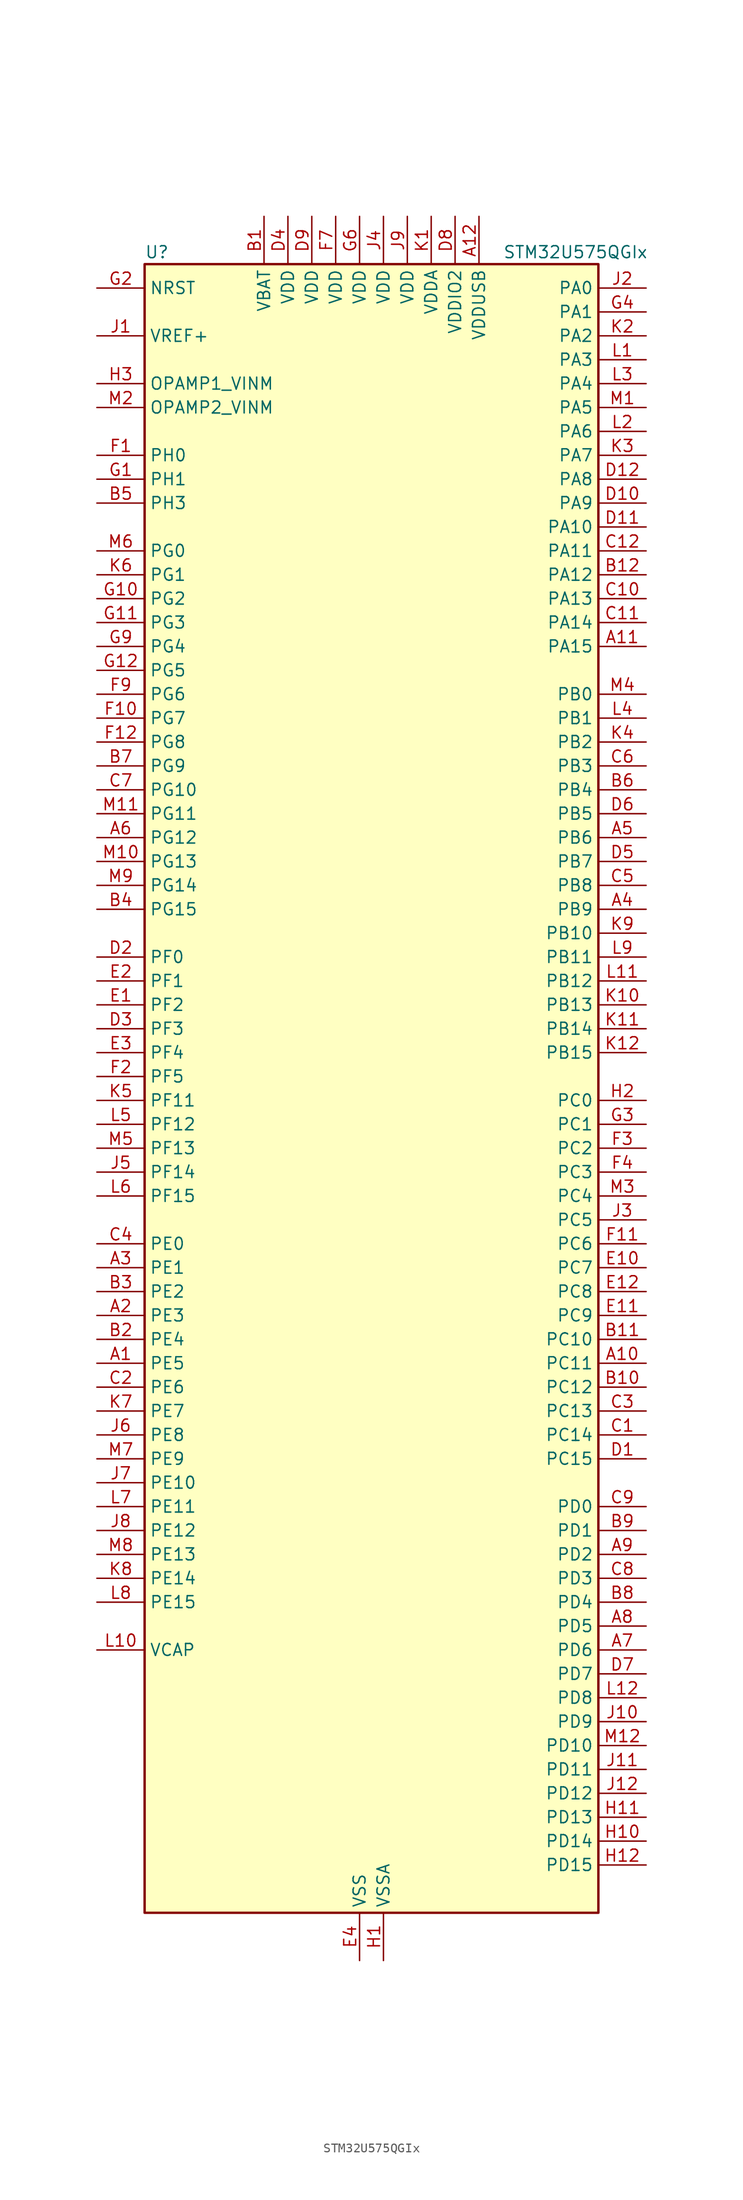
<source format=kicad_sym>
(kicad_symbol_lib
  (version 20211014)
  (generator kicad-library-utils)
  (symbol "STM32U575QGIx"
    (property "Reference" "U"
      (at -22.86 90.17 0)
      (effects (font (size 1.27 1.27)) (justify left)))
    (property "Value" "STM32U575QGIx"
      (at 15.24 90.17 0)
      (effects (font (size 1.27 1.27)) (justify left)))
    (property "ki_fp_filters" "*UFBGA*7x7mm*Layout12x12*P0.5mm*"
      (at 0.0 0.0 0.0)
      (effects (font (size 1.27 1.27))))
    (symbol "STM32U575QGIx_0_1"
      (rectangle (start -22.86 -86.36) (end 25.4 88.9) (stroke (width 0.254)) (fill (type background))))
    (symbol "STM32U575QGIx_1_1"
      (pin input line (at -27.94 86.36 0) (length 5.08) (name "NRST" (effects (font (size 1.27 1.27)))) (number "G2" (effects (font (size 1.27 1.27)))))
      (pin input line (at -27.94 81.28 0) (length 5.08) (name "VREF+" (effects (font (size 1.27 1.27)))) (number "J1" (effects (font (size 1.27 1.27)))) (alternate "VREFBUF_OUT" bidirectional line))
      (pin bidirectional line (at -27.94 76.2 0) (length 5.08) (name "OPAMP1_VINM" (effects (font (size 1.27 1.27)))) (number "H3" (effects (font (size 1.27 1.27)))) (alternate "OPAMP1_VINM" bidirectional line))
      (pin bidirectional line (at -27.94 73.66 0) (length 5.08) (name "OPAMP2_VINM" (effects (font (size 1.27 1.27)))) (number "M2" (effects (font (size 1.27 1.27)))) (alternate "OPAMP2_VINM" bidirectional line))
      (pin bidirectional line (at -27.94 68.58 0) (length 5.08) (name "PH0" (effects (font (size 1.27 1.27)))) (number "F1" (effects (font (size 1.27 1.27)))) (alternate "RCC_OSC_IN" bidirectional line))
      (pin bidirectional line (at -27.94 66.04 0) (length 5.08) (name "PH1" (effects (font (size 1.27 1.27)))) (number "G1" (effects (font (size 1.27 1.27)))) (alternate "RCC_OSC_OUT" bidirectional line))
      (pin bidirectional line (at -27.94 63.5 0) (length 5.08) (name "PH3" (effects (font (size 1.27 1.27)))) (number "B5" (effects (font (size 1.27 1.27)))))
      (pin bidirectional line (at -27.94 58.42 0) (length 5.08) (name "PG0" (effects (font (size 1.27 1.27)))) (number "M6" (effects (font (size 1.27 1.27)))) (alternate "ADC4_IN7" bidirectional line) (alternate "FMC_A10" bidirectional line) (alternate "OCTOSPIM_P2_IO4" bidirectional line) (alternate "TSC_G8_IO3" bidirectional line))
      (pin bidirectional line (at -27.94 55.88 0) (length 5.08) (name "PG1" (effects (font (size 1.27 1.27)))) (number "K6" (effects (font (size 1.27 1.27)))) (alternate "ADC4_IN8" bidirectional line) (alternate "FMC_A11" bidirectional line) (alternate "OCTOSPIM_P2_IO5" bidirectional line) (alternate "TSC_G8_IO4" bidirectional line))
      (pin bidirectional line (at -27.94 53.34 0) (length 5.08) (name "PG2" (effects (font (size 1.27 1.27)))) (number "G10" (effects (font (size 1.27 1.27)))) (alternate "FMC_A12" bidirectional line) (alternate "SAI2_SCK_B" bidirectional line) (alternate "SPI1_SCK" bidirectional line))
      (pin bidirectional line (at -27.94 50.8 0) (length 5.08) (name "PG3" (effects (font (size 1.27 1.27)))) (number "G11" (effects (font (size 1.27 1.27)))) (alternate "FMC_A13" bidirectional line) (alternate "SAI2_FS_B" bidirectional line) (alternate "SPI1_MISO" bidirectional line))
      (pin bidirectional line (at -27.94 48.26 0) (length 5.08) (name "PG4" (effects (font (size 1.27 1.27)))) (number "G9" (effects (font (size 1.27 1.27)))) (alternate "FMC_A14" bidirectional line) (alternate "SAI2_MCLK_B" bidirectional line) (alternate "SPI1_MOSI" bidirectional line))
      (pin bidirectional line (at -27.94 45.72 0) (length 5.08) (name "PG5" (effects (font (size 1.27 1.27)))) (number "G12" (effects (font (size 1.27 1.27)))) (alternate "FMC_A15" bidirectional line) (alternate "LPUART1_CTS" bidirectional line) (alternate "SAI2_SD_B" bidirectional line) (alternate "SPI1_NSS" bidirectional line))
      (pin bidirectional line (at -27.94 43.18 0) (length 5.08) (name "PG6" (effects (font (size 1.27 1.27)))) (number "F9" (effects (font (size 1.27 1.27)))) (alternate "I2C3_SMBA" bidirectional line) (alternate "LPUART1_DE" bidirectional line) (alternate "LPUART1_RTS" bidirectional line) (alternate "OCTOSPIM_P1_DQS" bidirectional line) (alternate "SPI1_RDY" bidirectional line) (alternate "UCPD1_FRSTX1" bidirectional line))
      (pin bidirectional line (at -27.94 40.64 0) (length 5.08) (name "PG7" (effects (font (size 1.27 1.27)))) (number "F10" (effects (font (size 1.27 1.27)))) (alternate "FMC_INT" bidirectional line) (alternate "I2C3_SCL" bidirectional line) (alternate "LPUART1_TX" bidirectional line) (alternate "MDF1_CCK0" bidirectional line) (alternate "OCTOSPIM_P2_DQS" bidirectional line) (alternate "SAI1_CK1" bidirectional line) (alternate "SAI1_MCLK_A" bidirectional line) (alternate "UCPD1_FRSTX2" bidirectional line))
      (pin bidirectional line (at -27.94 38.1 0) (length 5.08) (name "PG8" (effects (font (size 1.27 1.27)))) (number "F12" (effects (font (size 1.27 1.27)))) (alternate "I2C3_SDA" bidirectional line) (alternate "LPUART1_RX" bidirectional line))
      (pin bidirectional line (at -27.94 35.56 0) (length 5.08) (name "PG9" (effects (font (size 1.27 1.27)))) (number "B7" (effects (font (size 1.27 1.27)))) (alternate "DAC1_EXTI9" bidirectional line) (alternate "FMC_NCE" bidirectional line) (alternate "FMC_NE2" bidirectional line) (alternate "OCTOSPIM_P2_IO6" bidirectional line) (alternate "SAI2_SCK_A" bidirectional line) (alternate "SPI3_SCK" bidirectional line) (alternate "TIM15_CH1N" bidirectional line) (alternate "USART1_TX" bidirectional line))
      (pin bidirectional line (at -27.94 33.02 0) (length 5.08) (name "PG10" (effects (font (size 1.27 1.27)))) (number "C7" (effects (font (size 1.27 1.27)))) (alternate "FMC_NE3" bidirectional line) (alternate "LPTIM1_IN1" bidirectional line) (alternate "OCTOSPIM_P2_IO7" bidirectional line) (alternate "SAI2_FS_A" bidirectional line) (alternate "SPI3_MISO" bidirectional line) (alternate "TIM15_CH1" bidirectional line) (alternate "USART1_RX" bidirectional line))
      (pin bidirectional line (at -27.94 30.48 0) (length 5.08) (name "PG11" (effects (font (size 1.27 1.27)))) (number "M11" (effects (font (size 1.27 1.27)))) (alternate "ADC1_EXTI11" bidirectional line) (alternate "LPTIM1_IN2" bidirectional line) (alternate "OCTOSPIM_P1_IO5" bidirectional line) (alternate "SAI2_MCLK_A" bidirectional line) (alternate "SPI3_MOSI" bidirectional line) (alternate "TIM15_CH2" bidirectional line) (alternate "USART1_CTS" bidirectional line))
      (pin bidirectional line (at -27.94 27.94 0) (length 5.08) (name "PG12" (effects (font (size 1.27 1.27)))) (number "A6" (effects (font (size 1.27 1.27)))) (alternate "FMC_NE4" bidirectional line) (alternate "LPTIM1_ETR" bidirectional line) (alternate "OCTOSPIM_P2_NCS" bidirectional line) (alternate "SAI2_SD_A" bidirectional line) (alternate "SPI3_NSS" bidirectional line) (alternate "USART1_DE" bidirectional line) (alternate "USART1_RTS" bidirectional line))
      (pin bidirectional line (at -27.94 25.4 0) (length 5.08) (name "PG13" (effects (font (size 1.27 1.27)))) (number "M10" (effects (font (size 1.27 1.27)))) (alternate "FMC_A24" bidirectional line) (alternate "I2C1_SDA" bidirectional line) (alternate "SPI3_RDY" bidirectional line) (alternate "USART1_CK" bidirectional line))
      (pin bidirectional line (at -27.94 22.86 0) (length 5.08) (name "PG14" (effects (font (size 1.27 1.27)))) (number "M9" (effects (font (size 1.27 1.27)))) (alternate "FMC_A25" bidirectional line) (alternate "I2C1_SCL" bidirectional line) (alternate "LPTIM1_CH2" bidirectional line))
      (pin bidirectional line (at -27.94 20.32 0) (length 5.08) (name "PG15" (effects (font (size 1.27 1.27)))) (number "B4" (effects (font (size 1.27 1.27)))) (alternate "ADC1_EXTI15" bidirectional line) (alternate "ADC4_EXTI15" bidirectional line) (alternate "DCMI_D13" bidirectional line) (alternate "I2C1_SMBA" bidirectional line) (alternate "LPTIM1_CH1" bidirectional line) (alternate "OCTOSPIM_P2_DQS" bidirectional line) (alternate "PSSI_D13" bidirectional line))
      (pin bidirectional line (at -27.94 15.24 0) (length 5.08) (name "PF0" (effects (font (size 1.27 1.27)))) (number "D2" (effects (font (size 1.27 1.27)))) (alternate "FMC_A0" bidirectional line) (alternate "I2C2_SDA" bidirectional line) (alternate "OCTOSPIM_P2_IO0" bidirectional line))
      (pin bidirectional line (at -27.94 12.7 0) (length 5.08) (name "PF1" (effects (font (size 1.27 1.27)))) (number "E2" (effects (font (size 1.27 1.27)))) (alternate "FMC_A1" bidirectional line) (alternate "I2C2_SCL" bidirectional line) (alternate "OCTOSPIM_P2_IO1" bidirectional line))
      (pin bidirectional line (at -27.94 10.16 0) (length 5.08) (name "PF2" (effects (font (size 1.27 1.27)))) (number "E1" (effects (font (size 1.27 1.27)))) (alternate "FMC_A2" bidirectional line) (alternate "I2C2_SMBA" bidirectional line) (alternate "LPTIM3_CH2" bidirectional line) (alternate "OCTOSPIM_P2_IO2" bidirectional line) (alternate "PWR_WKUP8" bidirectional line))
      (pin bidirectional line (at -27.94 7.62 0) (length 5.08) (name "PF3" (effects (font (size 1.27 1.27)))) (number "D3" (effects (font (size 1.27 1.27)))) (alternate "FMC_A3" bidirectional line) (alternate "LPTIM3_IN1" bidirectional line) (alternate "OCTOSPIM_P2_IO3" bidirectional line))
      (pin bidirectional line (at -27.94 5.08 0) (length 5.08) (name "PF4" (effects (font (size 1.27 1.27)))) (number "E3" (effects (font (size 1.27 1.27)))) (alternate "FMC_A4" bidirectional line) (alternate "LPTIM3_ETR" bidirectional line) (alternate "OCTOSPIM_P2_CLK" bidirectional line))
      (pin bidirectional line (at -27.94 2.54 0) (length 5.08) (name "PF5" (effects (font (size 1.27 1.27)))) (number "F2" (effects (font (size 1.27 1.27)))) (alternate "FMC_A5" bidirectional line) (alternate "LPTIM3_CH1" bidirectional line) (alternate "OCTOSPIM_P2_NCLK" bidirectional line))
      (pin bidirectional line (at -27.94 0.0 0) (length 5.08) (name "PF11" (effects (font (size 1.27 1.27)))) (number "K5" (effects (font (size 1.27 1.27)))) (alternate "ADC1_EXTI11" bidirectional line) (alternate "DCMI_D12" bidirectional line) (alternate "LPTIM4_IN1" bidirectional line) (alternate "OCTOSPIM_P1_NCLK" bidirectional line) (alternate "PSSI_D12" bidirectional line))
      (pin bidirectional line (at -27.94 -2.54 0) (length 5.08) (name "PF12" (effects (font (size 1.27 1.27)))) (number "L5" (effects (font (size 1.27 1.27)))) (alternate "FMC_A6" bidirectional line) (alternate "LPTIM4_ETR" bidirectional line) (alternate "OCTOSPIM_P2_DQS" bidirectional line))
      (pin bidirectional line (at -27.94 -5.08 0) (length 5.08) (name "PF13" (effects (font (size 1.27 1.27)))) (number "M5" (effects (font (size 1.27 1.27)))) (alternate "FMC_A7" bidirectional line) (alternate "I2C4_SMBA" bidirectional line) (alternate "LPTIM4_OUT" bidirectional line) (alternate "UCPD1_FRSTX2" bidirectional line))
      (pin bidirectional line (at -27.94 -7.62 0) (length 5.08) (name "PF14" (effects (font (size 1.27 1.27)))) (number "J5" (effects (font (size 1.27 1.27)))) (alternate "ADC4_IN5" bidirectional line) (alternate "FMC_A8" bidirectional line) (alternate "I2C4_SCL" bidirectional line) (alternate "TSC_G8_IO1" bidirectional line))
      (pin bidirectional line (at -27.94 -10.16 0) (length 5.08) (name "PF15" (effects (font (size 1.27 1.27)))) (number "L6" (effects (font (size 1.27 1.27)))) (alternate "ADC1_EXTI15" bidirectional line) (alternate "ADC4_EXTI15" bidirectional line) (alternate "ADC4_IN6" bidirectional line) (alternate "FMC_A9" bidirectional line) (alternate "I2C4_SDA" bidirectional line) (alternate "TSC_G8_IO2" bidirectional line))
      (pin bidirectional line (at -27.94 -15.24 0) (length 5.08) (name "PE0" (effects (font (size 1.27 1.27)))) (number "C4" (effects (font (size 1.27 1.27)))) (alternate "DCMI_D2" bidirectional line) (alternate "FMC_NBL0" bidirectional line) (alternate "PSSI_D2" bidirectional line) (alternate "TIM16_CH1" bidirectional line) (alternate "TIM4_ETR" bidirectional line))
      (pin bidirectional line (at -27.94 -17.78 0) (length 5.08) (name "PE1" (effects (font (size 1.27 1.27)))) (number "A3" (effects (font (size 1.27 1.27)))) (alternate "DCMI_D3" bidirectional line) (alternate "FMC_NBL1" bidirectional line) (alternate "PSSI_D3" bidirectional line) (alternate "TIM17_CH1" bidirectional line))
      (pin bidirectional line (at -27.94 -20.32 0) (length 5.08) (name "PE2" (effects (font (size 1.27 1.27)))) (number "B3" (effects (font (size 1.27 1.27)))) (alternate "DEBUG_TRACECLK" bidirectional line) (alternate "FMC_A23" bidirectional line) (alternate "SAI1_CK1" bidirectional line) (alternate "SAI1_MCLK_A" bidirectional line) (alternate "TIM3_ETR" bidirectional line) (alternate "TSC_G7_IO1" bidirectional line))
      (pin bidirectional line (at -27.94 -22.86 0) (length 5.08) (name "PE3" (effects (font (size 1.27 1.27)))) (number "A2" (effects (font (size 1.27 1.27)))) (alternate "DEBUG_TRACED0" bidirectional line) (alternate "FMC_A19" bidirectional line) (alternate "OCTOSPIM_P1_DQS" bidirectional line) (alternate "SAI1_SD_B" bidirectional line) (alternate "TAMP_IN6" bidirectional line) (alternate "TAMP_OUT3" bidirectional line) (alternate "TIM3_CH1" bidirectional line) (alternate "TSC_G7_IO2" bidirectional line))
      (pin bidirectional line (at -27.94 -25.4 0) (length 5.08) (name "PE4" (effects (font (size 1.27 1.27)))) (number "B2" (effects (font (size 1.27 1.27)))) (alternate "DCMI_D4" bidirectional line) (alternate "DEBUG_TRACED1" bidirectional line) (alternate "FMC_A20" bidirectional line) (alternate "MDF1_SDI3" bidirectional line) (alternate "PSSI_D4" bidirectional line) (alternate "PWR_WKUP1" bidirectional line) (alternate "SAI1_D2" bidirectional line) (alternate "SAI1_FS_A" bidirectional line) (alternate "TAMP_IN7" bidirectional line) (alternate "TAMP_OUT8" bidirectional line) (alternate "TIM3_CH2" bidirectional line) (alternate "TSC_G7_IO3" bidirectional line))
      (pin bidirectional line (at -27.94 -27.94 0) (length 5.08) (name "PE5" (effects (font (size 1.27 1.27)))) (number "A1" (effects (font (size 1.27 1.27)))) (alternate "DCMI_D6" bidirectional line) (alternate "DEBUG_TRACED2" bidirectional line) (alternate "FMC_A21" bidirectional line) (alternate "MDF1_CKI3" bidirectional line) (alternate "PSSI_D6" bidirectional line) (alternate "PWR_WKUP2" bidirectional line) (alternate "SAI1_CK2" bidirectional line) (alternate "SAI1_SCK_A" bidirectional line) (alternate "TAMP_IN8" bidirectional line) (alternate "TAMP_OUT7" bidirectional line) (alternate "TIM3_CH3" bidirectional line) (alternate "TSC_G7_IO4" bidirectional line))
      (pin bidirectional line (at -27.94 -30.48 0) (length 5.08) (name "PE6" (effects (font (size 1.27 1.27)))) (number "C2" (effects (font (size 1.27 1.27)))) (alternate "DCMI_D7" bidirectional line) (alternate "DEBUG_TRACED3" bidirectional line) (alternate "FMC_A22" bidirectional line) (alternate "PSSI_D7" bidirectional line) (alternate "PWR_WKUP3" bidirectional line) (alternate "SAI1_D1" bidirectional line) (alternate "SAI1_SD_A" bidirectional line) (alternate "TAMP_IN3" bidirectional line) (alternate "TAMP_OUT6" bidirectional line) (alternate "TIM3_CH4" bidirectional line))
      (pin bidirectional line (at -27.94 -33.02 0) (length 5.08) (name "PE7" (effects (font (size 1.27 1.27)))) (number "K7" (effects (font (size 1.27 1.27)))) (alternate "FMC_D4" bidirectional line) (alternate "FMC_DA4" bidirectional line) (alternate "MDF1_SDI2" bidirectional line) (alternate "PWR_WKUP6" bidirectional line) (alternate "SAI1_SD_B" bidirectional line) (alternate "TIM1_ETR" bidirectional line))
      (pin bidirectional line (at -27.94 -35.56 0) (length 5.08) (name "PE8" (effects (font (size 1.27 1.27)))) (number "J6" (effects (font (size 1.27 1.27)))) (alternate "FMC_D5" bidirectional line) (alternate "FMC_DA5" bidirectional line) (alternate "MDF1_CKI2" bidirectional line) (alternate "PWR_WKUP7" bidirectional line) (alternate "SAI1_SCK_B" bidirectional line) (alternate "TIM1_CH1N" bidirectional line))
      (pin bidirectional line (at -27.94 -38.1 0) (length 5.08) (name "PE9" (effects (font (size 1.27 1.27)))) (number "M7" (effects (font (size 1.27 1.27)))) (alternate "ADF1_CCK0" bidirectional line) (alternate "DAC1_EXTI9" bidirectional line) (alternate "FMC_D6" bidirectional line) (alternate "FMC_DA6" bidirectional line) (alternate "MDF1_CCK0" bidirectional line) (alternate "OCTOSPIM_P1_NCLK" bidirectional line) (alternate "SAI1_FS_B" bidirectional line) (alternate "TIM1_CH1" bidirectional line))
      (pin bidirectional line (at -27.94 -40.64 0) (length 5.08) (name "PE10" (effects (font (size 1.27 1.27)))) (number "J7" (effects (font (size 1.27 1.27)))) (alternate "ADF1_SDI0" bidirectional line) (alternate "FMC_D7" bidirectional line) (alternate "FMC_DA7" bidirectional line) (alternate "MDF1_SDI4" bidirectional line) (alternate "OCTOSPIM_P1_CLK" bidirectional line) (alternate "SAI1_MCLK_B" bidirectional line) (alternate "TIM1_CH2N" bidirectional line) (alternate "TSC_G5_IO1" bidirectional line))
      (pin bidirectional line (at -27.94 -43.18 0) (length 5.08) (name "PE11" (effects (font (size 1.27 1.27)))) (number "L7" (effects (font (size 1.27 1.27)))) (alternate "ADC1_EXTI11" bidirectional line) (alternate "FMC_D8" bidirectional line) (alternate "FMC_DA8" bidirectional line) (alternate "MDF1_CKI4" bidirectional line) (alternate "OCTOSPIM_P1_NCS" bidirectional line) (alternate "SPI1_RDY" bidirectional line) (alternate "TIM1_CH2" bidirectional line) (alternate "TSC_G5_IO2" bidirectional line))
      (pin bidirectional line (at -27.94 -45.72 0) (length 5.08) (name "PE12" (effects (font (size 1.27 1.27)))) (number "J8" (effects (font (size 1.27 1.27)))) (alternate "FMC_D9" bidirectional line) (alternate "FMC_DA9" bidirectional line) (alternate "MDF1_SDI5" bidirectional line) (alternate "OCTOSPIM_P1_IO0" bidirectional line) (alternate "SPI1_NSS" bidirectional line) (alternate "TIM1_CH3N" bidirectional line) (alternate "TSC_G5_IO3" bidirectional line))
      (pin bidirectional line (at -27.94 -48.26 0) (length 5.08) (name "PE13" (effects (font (size 1.27 1.27)))) (number "M8" (effects (font (size 1.27 1.27)))) (alternate "FMC_D10" bidirectional line) (alternate "FMC_DA10" bidirectional line) (alternate "MDF1_CKI5" bidirectional line) (alternate "OCTOSPIM_P1_IO1" bidirectional line) (alternate "SPI1_SCK" bidirectional line) (alternate "TIM1_CH3" bidirectional line) (alternate "TSC_G5_IO4" bidirectional line))
      (pin bidirectional line (at -27.94 -50.8 0) (length 5.08) (name "PE14" (effects (font (size 1.27 1.27)))) (number "K8" (effects (font (size 1.27 1.27)))) (alternate "FMC_D11" bidirectional line) (alternate "FMC_DA11" bidirectional line) (alternate "OCTOSPIM_P1_IO2" bidirectional line) (alternate "SPI1_MISO" bidirectional line) (alternate "TIM1_BKIN2" bidirectional line) (alternate "TIM1_CH4" bidirectional line))
      (pin bidirectional line (at -27.94 -53.34 0) (length 5.08) (name "PE15" (effects (font (size 1.27 1.27)))) (number "L8" (effects (font (size 1.27 1.27)))) (alternate "ADC1_EXTI15" bidirectional line) (alternate "ADC4_EXTI15" bidirectional line) (alternate "FMC_D12" bidirectional line) (alternate "FMC_DA12" bidirectional line) (alternate "OCTOSPIM_P1_IO3" bidirectional line) (alternate "SPI1_MOSI" bidirectional line) (alternate "TIM1_BKIN" bidirectional line) (alternate "TIM1_CH4N" bidirectional line))
      (pin power_out line (at -27.94 -58.42 0) (length 5.08) (name "VCAP" (effects (font (size 1.27 1.27)))) (number "L10" (effects (font (size 1.27 1.27)))))
      (pin bidirectional line (at 30.48 86.36 180) (length 5.08) (name "PA0" (effects (font (size 1.27 1.27)))) (number "J2" (effects (font (size 1.27 1.27)))) (alternate "ADC1_IN5" bidirectional line) (alternate "AUDIOCLK" bidirectional line) (alternate "OCTOSPIM_P2_NCS" bidirectional line) (alternate "OPAMP1_VINP" bidirectional line) (alternate "PWR_WKUP1" bidirectional line) (alternate "SDMMC2_CMD" bidirectional line) (alternate "SPI3_RDY" bidirectional line) (alternate "TAMP_IN2" bidirectional line) (alternate "TAMP_OUT1" bidirectional line) (alternate "TIM2_CH1" bidirectional line) (alternate "TIM2_ETR" bidirectional line) (alternate "TIM5_CH1" bidirectional line) (alternate "TIM8_ETR" bidirectional line) (alternate "UART4_TX" bidirectional line) (alternate "USART2_CTS" bidirectional line))
      (pin bidirectional line (at 30.48 83.82 180) (length 5.08) (name "PA1" (effects (font (size 1.27 1.27)))) (number "G4" (effects (font (size 1.27 1.27)))) (alternate "ADC1_IN6" bidirectional line) (alternate "I2C1_SMBA" bidirectional line) (alternate "LPTIM1_CH2" bidirectional line) (alternate "OCTOSPIM_P1_DQS" bidirectional line) (alternate "OPAMP1_VINM" bidirectional line) (alternate "PWR_WKUP3" bidirectional line) (alternate "SPI1_SCK" bidirectional line) (alternate "TAMP_IN5" bidirectional line) (alternate "TAMP_OUT4" bidirectional line) (alternate "TIM15_CH1N" bidirectional line) (alternate "TIM2_CH2" bidirectional line) (alternate "TIM5_CH2" bidirectional line) (alternate "UART4_RX" bidirectional line) (alternate "USART2_DE" bidirectional line) (alternate "USART2_RTS" bidirectional line))
      (pin bidirectional line (at 30.48 81.28 180) (length 5.08) (name "PA2" (effects (font (size 1.27 1.27)))) (number "K2" (effects (font (size 1.27 1.27)))) (alternate "ADC1_IN7" bidirectional line) (alternate "COMP1_INP" bidirectional line) (alternate "LPUART1_TX" bidirectional line) (alternate "OCTOSPIM_P1_NCS" bidirectional line) (alternate "PWR_WKUP4" bidirectional line) (alternate "RCC_LSCO" bidirectional line) (alternate "SPI1_RDY" bidirectional line) (alternate "TIM15_CH1" bidirectional line) (alternate "TIM2_CH3" bidirectional line) (alternate "TIM5_CH3" bidirectional line) (alternate "UCPD1_FRSTX1" bidirectional line) (alternate "USART2_TX" bidirectional line))
      (pin bidirectional line (at 30.48 78.74 180) (length 5.08) (name "PA3" (effects (font (size 1.27 1.27)))) (number "L1" (effects (font (size 1.27 1.27)))) (alternate "ADC1_IN8" bidirectional line) (alternate "LPUART1_RX" bidirectional line) (alternate "OCTOSPIM_P1_CLK" bidirectional line) (alternate "OPAMP1_VOUT" bidirectional line) (alternate "PWR_WKUP5" bidirectional line) (alternate "SAI1_CK1" bidirectional line) (alternate "SAI1_MCLK_A" bidirectional line) (alternate "TIM15_CH2" bidirectional line) (alternate "TIM2_CH4" bidirectional line) (alternate "TIM5_CH4" bidirectional line) (alternate "USART2_RX" bidirectional line))
      (pin bidirectional line (at 30.48 76.2 180) (length 5.08) (name "PA4" (effects (font (size 1.27 1.27)))) (number "L3" (effects (font (size 1.27 1.27)))) (alternate "ADC1_IN9" bidirectional line) (alternate "ADC4_IN9" bidirectional line) (alternate "DAC1_OUT1" bidirectional line) (alternate "DCMI_HSYNC" bidirectional line) (alternate "LPTIM2_CH1" bidirectional line) (alternate "OCTOSPIM_P1_NCS" bidirectional line) (alternate "PSSI_DE" bidirectional line) (alternate "PWR_WKUP2" bidirectional line) (alternate "SAI1_FS_B" bidirectional line) (alternate "SPI1_NSS" bidirectional line) (alternate "SPI3_NSS" bidirectional line) (alternate "USART2_CK" bidirectional line))
      (pin bidirectional line (at 30.48 73.66 180) (length 5.08) (name "PA5" (effects (font (size 1.27 1.27)))) (number "M1" (effects (font (size 1.27 1.27)))) (alternate "ADC1_IN10" bidirectional line) (alternate "ADC4_IN10" bidirectional line) (alternate "DAC1_OUT2" bidirectional line) (alternate "LPTIM2_ETR" bidirectional line) (alternate "PSSI_D14" bidirectional line) (alternate "PWR_CSLEEP" bidirectional line) (alternate "PWR_WKUP6" bidirectional line) (alternate "SPI1_SCK" bidirectional line) (alternate "TIM2_CH1" bidirectional line) (alternate "TIM2_ETR" bidirectional line) (alternate "TIM8_CH1N" bidirectional line) (alternate "USART3_RX" bidirectional line))
      (pin bidirectional line (at 30.48 71.12 180) (length 5.08) (name "PA6" (effects (font (size 1.27 1.27)))) (number "L2" (effects (font (size 1.27 1.27)))) (alternate "ADC1_IN11" bidirectional line) (alternate "ADC4_IN11" bidirectional line) (alternate "DCMI_PIXCLK" bidirectional line) (alternate "LPUART1_CTS" bidirectional line) (alternate "OCTOSPIM_P1_IO3" bidirectional line) (alternate "OPAMP2_VINP" bidirectional line) (alternate "PSSI_PDCK" bidirectional line) (alternate "PWR_CDSTOP" bidirectional line) (alternate "PWR_WKUP7" bidirectional line) (alternate "SPI1_MISO" bidirectional line) (alternate "TIM16_CH1" bidirectional line) (alternate "TIM1_BKIN" bidirectional line) (alternate "TIM3_CH1" bidirectional line) (alternate "TIM8_BKIN" bidirectional line) (alternate "USART3_CTS" bidirectional line))
      (pin bidirectional line (at 30.48 68.58 180) (length 5.08) (name "PA7" (effects (font (size 1.27 1.27)))) (number "K3" (effects (font (size 1.27 1.27)))) (alternate "ADC1_IN12" bidirectional line) (alternate "ADC4_IN20" bidirectional line) (alternate "I2C3_SCL" bidirectional line) (alternate "LPTIM2_CH2" bidirectional line) (alternate "OCTOSPIM_P1_IO2" bidirectional line) (alternate "OPAMP2_VINM" bidirectional line) (alternate "PWR_SRDSTOP" bidirectional line) (alternate "PWR_WKUP8" bidirectional line) (alternate "SPI1_MOSI" bidirectional line) (alternate "TIM17_CH1" bidirectional line) (alternate "TIM1_CH1N" bidirectional line) (alternate "TIM3_CH2" bidirectional line) (alternate "TIM8_CH1N" bidirectional line) (alternate "USART3_TX" bidirectional line))
      (pin bidirectional line (at 30.48 66.04 180) (length 5.08) (name "PA8" (effects (font (size 1.27 1.27)))) (number "D12" (effects (font (size 1.27 1.27)))) (alternate "DEBUG_TRACECLK" bidirectional line) (alternate "LPTIM2_CH1" bidirectional line) (alternate "RCC_MCO" bidirectional line) (alternate "SAI1_CK2" bidirectional line) (alternate "SAI1_SCK_A" bidirectional line) (alternate "SPI1_RDY" bidirectional line) (alternate "TIM1_CH1" bidirectional line) (alternate "USART1_CK" bidirectional line) (alternate "USB_OTG_FS_SOF" bidirectional line))
      (pin bidirectional line (at 30.48 63.5 180) (length 5.08) (name "PA9" (effects (font (size 1.27 1.27)))) (number "D10" (effects (font (size 1.27 1.27)))) (alternate "DAC1_EXTI9" bidirectional line) (alternate "DCMI_D0" bidirectional line) (alternate "PSSI_D0" bidirectional line) (alternate "SAI1_FS_A" bidirectional line) (alternate "SPI2_SCK" bidirectional line) (alternate "TIM15_BKIN" bidirectional line) (alternate "TIM1_CH2" bidirectional line) (alternate "USART1_TX" bidirectional line) (alternate "USB_OTG_FS_VBUS" bidirectional line))
      (pin bidirectional line (at 30.48 60.96 180) (length 5.08) (name "PA10" (effects (font (size 1.27 1.27)))) (number "D11" (effects (font (size 1.27 1.27)))) (alternate "CRS_SYNC" bidirectional line) (alternate "DCMI_D1" bidirectional line) (alternate "LPTIM2_IN2" bidirectional line) (alternate "PSSI_D1" bidirectional line) (alternate "SAI1_D1" bidirectional line) (alternate "SAI1_SD_A" bidirectional line) (alternate "TIM17_BKIN" bidirectional line) (alternate "TIM1_CH3" bidirectional line) (alternate "USART1_RX" bidirectional line) (alternate "USB_OTG_FS_ID" bidirectional line))
      (pin bidirectional line (at 30.48 58.42 180) (length 5.08) (name "PA11" (effects (font (size 1.27 1.27)))) (number "C12" (effects (font (size 1.27 1.27)))) (alternate "ADC1_EXTI11" bidirectional line) (alternate "FDCAN1_RX" bidirectional line) (alternate "SPI1_MISO" bidirectional line) (alternate "TIM1_BKIN2" bidirectional line) (alternate "TIM1_CH4" bidirectional line) (alternate "USART1_CTS" bidirectional line) (alternate "USB_OTG_FS_DM" bidirectional line))
      (pin bidirectional line (at 30.48 55.88 180) (length 5.08) (name "PA12" (effects (font (size 1.27 1.27)))) (number "B12" (effects (font (size 1.27 1.27)))) (alternate "FDCAN1_TX" bidirectional line) (alternate "OCTOSPIM_P2_NCS" bidirectional line) (alternate "SPI1_MOSI" bidirectional line) (alternate "TIM1_ETR" bidirectional line) (alternate "USART1_DE" bidirectional line) (alternate "USART1_RTS" bidirectional line) (alternate "USB_OTG_FS_DP" bidirectional line))
      (pin bidirectional line (at 30.48 53.34 180) (length 5.08) (name "PA13" (effects (font (size 1.27 1.27)))) (number "C10" (effects (font (size 1.27 1.27)))) (alternate "DEBUG_JTMS-SWDIO" bidirectional line) (alternate "IR_OUT" bidirectional line) (alternate "SAI1_SD_B" bidirectional line) (alternate "USB_OTG_FS_NOE" bidirectional line))
      (pin bidirectional line (at 30.48 50.8 180) (length 5.08) (name "PA14" (effects (font (size 1.27 1.27)))) (number "C11" (effects (font (size 1.27 1.27)))) (alternate "DEBUG_JTCK-SWCLK" bidirectional line) (alternate "I2C1_SMBA" bidirectional line) (alternate "I2C4_SMBA" bidirectional line) (alternate "LPTIM1_CH1" bidirectional line) (alternate "SAI1_FS_B" bidirectional line) (alternate "USB_OTG_FS_SOF" bidirectional line))
      (pin bidirectional line (at 30.48 48.26 180) (length 5.08) (name "PA15" (effects (font (size 1.27 1.27)))) (number "A11" (effects (font (size 1.27 1.27)))) (alternate "ADC1_EXTI15" bidirectional line) (alternate "ADC4_EXTI15" bidirectional line) (alternate "DEBUG_JTDI" bidirectional line) (alternate "SAI2_FS_B" bidirectional line) (alternate "SPI1_NSS" bidirectional line) (alternate "SPI3_NSS" bidirectional line) (alternate "TIM2_CH1" bidirectional line) (alternate "TIM2_ETR" bidirectional line) (alternate "UART4_DE" bidirectional line) (alternate "UART4_RTS" bidirectional line) (alternate "UCPD1_CC1" bidirectional line) (alternate "USART2_RX" bidirectional line) (alternate "USART3_DE" bidirectional line) (alternate "USART3_RTS" bidirectional line))
      (pin bidirectional line (at 30.48 43.18 180) (length 5.08) (name "PB0" (effects (font (size 1.27 1.27)))) (number "M4" (effects (font (size 1.27 1.27)))) (alternate "ADC1_IN15" bidirectional line) (alternate "ADC4_IN18" bidirectional line) (alternate "AUDIOCLK" bidirectional line) (alternate "COMP1_OUT" bidirectional line) (alternate "LPTIM3_CH1" bidirectional line) (alternate "OCTOSPIM_P1_IO1" bidirectional line) (alternate "OPAMP2_VOUT" bidirectional line) (alternate "SPI1_NSS" bidirectional line) (alternate "TIM1_CH2N" bidirectional line) (alternate "TIM3_CH3" bidirectional line) (alternate "TIM8_CH2N" bidirectional line) (alternate "USART3_CK" bidirectional line))
      (pin bidirectional line (at 30.48 40.64 180) (length 5.08) (name "PB1" (effects (font (size 1.27 1.27)))) (number "L4" (effects (font (size 1.27 1.27)))) (alternate "ADC1_IN16" bidirectional line) (alternate "ADC4_IN19" bidirectional line) (alternate "COMP1_INM" bidirectional line) (alternate "LPTIM2_IN1" bidirectional line) (alternate "LPTIM3_CH2" bidirectional line) (alternate "LPUART1_DE" bidirectional line) (alternate "LPUART1_RTS" bidirectional line) (alternate "MDF1_SDI0" bidirectional line) (alternate "OCTOSPIM_P1_IO0" bidirectional line) (alternate "PWR_WKUP4" bidirectional line) (alternate "TIM1_CH3N" bidirectional line) (alternate "TIM3_CH4" bidirectional line) (alternate "TIM8_CH3N" bidirectional line) (alternate "USART3_DE" bidirectional line) (alternate "USART3_RTS" bidirectional line))
      (pin bidirectional line (at 30.48 38.1 180) (length 5.08) (name "PB2" (effects (font (size 1.27 1.27)))) (number "K4" (effects (font (size 1.27 1.27)))) (alternate "ADC1_IN17" bidirectional line) (alternate "COMP1_INP" bidirectional line) (alternate "I2C3_SMBA" bidirectional line) (alternate "LPTIM1_CH1" bidirectional line) (alternate "MDF1_CKI0" bidirectional line) (alternate "OCTOSPIM_P1_DQS" bidirectional line) (alternate "PWR_WKUP1" bidirectional line) (alternate "RTC_OUT2" bidirectional line) (alternate "SPI1_RDY" bidirectional line) (alternate "TIM8_CH4N" bidirectional line) (alternate "UCPD1_FRSTX1" bidirectional line))
      (pin bidirectional line (at 30.48 35.56 180) (length 5.08) (name "PB3" (effects (font (size 1.27 1.27)))) (number "C6" (effects (font (size 1.27 1.27)))) (alternate "ADF1_CCK0" bidirectional line) (alternate "COMP2_INM" bidirectional line) (alternate "CRS_SYNC" bidirectional line) (alternate "DEBUG_JTDO-SWO" bidirectional line) (alternate "I2C1_SDA" bidirectional line) (alternate "LPTIM1_CH1" bidirectional line) (alternate "SAI1_SCK_B" bidirectional line) (alternate "SDMMC2_D2" bidirectional line) (alternate "SPI1_SCK" bidirectional line) (alternate "SPI3_SCK" bidirectional line) (alternate "TIM2_CH2" bidirectional line) (alternate "USART1_DE" bidirectional line) (alternate "USART1_RTS" bidirectional line))
      (pin bidirectional line (at 30.48 33.02 180) (length 5.08) (name "PB4" (effects (font (size 1.27 1.27)))) (number "B6" (effects (font (size 1.27 1.27)))) (alternate "ADF1_SDI0" bidirectional line) (alternate "COMP2_INP" bidirectional line) (alternate "DCMI_D12" bidirectional line) (alternate "DEBUG_JTRST" bidirectional line) (alternate "I2C3_SDA" bidirectional line) (alternate "LPTIM1_CH2" bidirectional line) (alternate "PSSI_D12" bidirectional line) (alternate "SAI1_MCLK_B" bidirectional line) (alternate "SDMMC2_D3" bidirectional line) (alternate "SPI1_MISO" bidirectional line) (alternate "SPI3_MISO" bidirectional line) (alternate "TIM17_BKIN" bidirectional line) (alternate "TIM3_CH1" bidirectional line) (alternate "TSC_G2_IO1" bidirectional line) (alternate "UART5_DE" bidirectional line) (alternate "UART5_RTS" bidirectional line) (alternate "USART1_CTS" bidirectional line))
      (pin bidirectional line (at 30.48 30.48 180) (length 5.08) (name "PB5" (effects (font (size 1.27 1.27)))) (number "D6" (effects (font (size 1.27 1.27)))) (alternate "COMP2_OUT" bidirectional line) (alternate "DCMI_D10" bidirectional line) (alternate "I2C1_SMBA" bidirectional line) (alternate "LPTIM1_IN1" bidirectional line) (alternate "OCTOSPIM_P1_NCLK" bidirectional line) (alternate "PSSI_D10" bidirectional line) (alternate "PWR_WKUP6" bidirectional line) (alternate "SAI1_SD_B" bidirectional line) (alternate "SPI1_MOSI" bidirectional line) (alternate "SPI3_MOSI" bidirectional line) (alternate "TIM16_BKIN" bidirectional line) (alternate "TIM3_CH2" bidirectional line) (alternate "TSC_G2_IO2" bidirectional line) (alternate "UART5_CTS" bidirectional line) (alternate "UCPD1_DBCC1" bidirectional line) (alternate "USART1_CK" bidirectional line))
      (pin bidirectional line (at 30.48 27.94 180) (length 5.08) (name "PB6" (effects (font (size 1.27 1.27)))) (number "A5" (effects (font (size 1.27 1.27)))) (alternate "COMP2_INP" bidirectional line) (alternate "DCMI_D5" bidirectional line) (alternate "I2C1_SCL" bidirectional line) (alternate "I2C4_SCL" bidirectional line) (alternate "LPTIM1_ETR" bidirectional line) (alternate "MDF1_SDI5" bidirectional line) (alternate "PSSI_D5" bidirectional line) (alternate "PWR_WKUP3" bidirectional line) (alternate "SAI1_FS_B" bidirectional line) (alternate "TIM16_CH1N" bidirectional line) (alternate "TIM4_CH1" bidirectional line) (alternate "TIM8_BKIN2" bidirectional line) (alternate "TSC_G2_IO3" bidirectional line) (alternate "USART1_TX" bidirectional line))
      (pin bidirectional line (at 30.48 25.4 180) (length 5.08) (name "PB7" (effects (font (size 1.27 1.27)))) (number "D5" (effects (font (size 1.27 1.27)))) (alternate "COMP2_INM" bidirectional line) (alternate "DCMI_VSYNC" bidirectional line) (alternate "FMC_NL" bidirectional line) (alternate "I2C1_SDA" bidirectional line) (alternate "I2C4_SDA" bidirectional line) (alternate "LPTIM1_IN2" bidirectional line) (alternate "MDF1_CKI5" bidirectional line) (alternate "PSSI_RDY" bidirectional line) (alternate "PWR_PVD_IN" bidirectional line) (alternate "PWR_WKUP4" bidirectional line) (alternate "TIM17_CH1N" bidirectional line) (alternate "TIM4_CH2" bidirectional line) (alternate "TIM8_BKIN" bidirectional line) (alternate "TSC_G2_IO4" bidirectional line) (alternate "UART4_CTS" bidirectional line) (alternate "USART1_RX" bidirectional line))
      (pin bidirectional line (at 30.48 22.86 180) (length 5.08) (name "PB8" (effects (font (size 1.27 1.27)))) (number "C5" (effects (font (size 1.27 1.27)))) (alternate "DCMI_D6" bidirectional line) (alternate "FDCAN1_RX" bidirectional line) (alternate "I2C1_SCL" bidirectional line) (alternate "MDF1_CCK0" bidirectional line) (alternate "PSSI_D6" bidirectional line) (alternate "PWR_WKUP5" bidirectional line) (alternate "SAI1_CK1" bidirectional line) (alternate "SAI1_MCLK_A" bidirectional line) (alternate "SDMMC1_CKIN" bidirectional line) (alternate "SDMMC1_D4" bidirectional line) (alternate "SDMMC2_D4" bidirectional line) (alternate "SPI3_RDY" bidirectional line) (alternate "TIM16_CH1" bidirectional line) (alternate "TIM4_CH3" bidirectional line))
      (pin bidirectional line (at 30.48 20.32 180) (length 5.08) (name "PB9" (effects (font (size 1.27 1.27)))) (number "A4" (effects (font (size 1.27 1.27)))) (alternate "DAC1_EXTI9" bidirectional line) (alternate "DCMI_D7" bidirectional line) (alternate "FDCAN1_TX" bidirectional line) (alternate "I2C1_SDA" bidirectional line) (alternate "IR_OUT" bidirectional line) (alternate "PSSI_D7" bidirectional line) (alternate "SAI1_D2" bidirectional line) (alternate "SAI1_FS_A" bidirectional line) (alternate "SDMMC1_CDIR" bidirectional line) (alternate "SDMMC1_D5" bidirectional line) (alternate "SDMMC2_D5" bidirectional line) (alternate "SPI2_NSS" bidirectional line) (alternate "TIM17_CH1" bidirectional line) (alternate "TIM4_CH4" bidirectional line))
      (pin bidirectional line (at 30.48 17.78 180) (length 5.08) (name "PB10" (effects (font (size 1.27 1.27)))) (number "K9" (effects (font (size 1.27 1.27)))) (alternate "COMP1_OUT" bidirectional line) (alternate "I2C2_SCL" bidirectional line) (alternate "I2C4_SCL" bidirectional line) (alternate "LPTIM3_CH1" bidirectional line) (alternate "LPUART1_RX" bidirectional line) (alternate "OCTOSPIM_P1_CLK" bidirectional line) (alternate "PWR_WKUP8" bidirectional line) (alternate "SAI1_SCK_A" bidirectional line) (alternate "SPI2_SCK" bidirectional line) (alternate "TIM2_CH3" bidirectional line) (alternate "TSC_SYNC" bidirectional line) (alternate "USART3_TX" bidirectional line))
      (pin bidirectional line (at 30.48 15.24 180) (length 5.08) (name "PB11" (effects (font (size 1.27 1.27)))) (number "L9" (effects (font (size 1.27 1.27)))) (alternate "ADC1_EXTI11" bidirectional line) (alternate "COMP2_OUT" bidirectional line) (alternate "I2C2_SDA" bidirectional line) (alternate "I2C4_SDA" bidirectional line) (alternate "LPUART1_TX" bidirectional line) (alternate "OCTOSPIM_P1_NCS" bidirectional line) (alternate "SPI2_RDY" bidirectional line) (alternate "TIM2_CH4" bidirectional line) (alternate "USART3_RX" bidirectional line))
      (pin bidirectional line (at 30.48 12.7 180) (length 5.08) (name "PB12" (effects (font (size 1.27 1.27)))) (number "L11" (effects (font (size 1.27 1.27)))) (alternate "I2C2_SMBA" bidirectional line) (alternate "LPUART1_DE" bidirectional line) (alternate "LPUART1_RTS" bidirectional line) (alternate "MDF1_SDI1" bidirectional line) (alternate "OCTOSPIM_P1_NCLK" bidirectional line) (alternate "SAI2_FS_A" bidirectional line) (alternate "SPI2_NSS" bidirectional line) (alternate "TIM15_BKIN" bidirectional line) (alternate "TIM1_BKIN" bidirectional line) (alternate "TSC_G1_IO1" bidirectional line) (alternate "USART3_CK" bidirectional line))
      (pin bidirectional line (at 30.48 10.16 180) (length 5.08) (name "PB13" (effects (font (size 1.27 1.27)))) (number "K10" (effects (font (size 1.27 1.27)))) (alternate "I2C2_SCL" bidirectional line) (alternate "LPTIM3_IN1" bidirectional line) (alternate "LPUART1_CTS" bidirectional line) (alternate "MDF1_CKI1" bidirectional line) (alternate "SAI2_SCK_A" bidirectional line) (alternate "SPI2_SCK" bidirectional line) (alternate "TIM15_CH1N" bidirectional line) (alternate "TIM1_CH1N" bidirectional line) (alternate "TSC_G1_IO2" bidirectional line) (alternate "USART3_CTS" bidirectional line))
      (pin bidirectional line (at 30.48 7.62 180) (length 5.08) (name "PB14" (effects (font (size 1.27 1.27)))) (number "K11" (effects (font (size 1.27 1.27)))) (alternate "I2C2_SDA" bidirectional line) (alternate "LPTIM3_ETR" bidirectional line) (alternate "MDF1_SDI2" bidirectional line) (alternate "SAI2_MCLK_A" bidirectional line) (alternate "SDMMC2_D0" bidirectional line) (alternate "SPI2_MISO" bidirectional line) (alternate "TIM15_CH1" bidirectional line) (alternate "TIM1_CH2N" bidirectional line) (alternate "TIM8_CH2N" bidirectional line) (alternate "TSC_G1_IO3" bidirectional line) (alternate "UCPD1_DBCC2" bidirectional line) (alternate "USART3_DE" bidirectional line) (alternate "USART3_RTS" bidirectional line))
      (pin bidirectional line (at 30.48 5.08 180) (length 5.08) (name "PB15" (effects (font (size 1.27 1.27)))) (number "K12" (effects (font (size 1.27 1.27)))) (alternate "ADC1_EXTI15" bidirectional line) (alternate "ADC4_EXTI15" bidirectional line) (alternate "FMC_NBL1" bidirectional line) (alternate "LPTIM2_IN2" bidirectional line) (alternate "MDF1_CKI2" bidirectional line) (alternate "PWR_WKUP7" bidirectional line) (alternate "RTC_REFIN" bidirectional line) (alternate "SAI2_SD_A" bidirectional line) (alternate "SDMMC2_D1" bidirectional line) (alternate "SPI2_MOSI" bidirectional line) (alternate "TIM15_CH2" bidirectional line) (alternate "TIM1_CH3N" bidirectional line) (alternate "TIM8_CH3N" bidirectional line) (alternate "UCPD1_CC2" bidirectional line))
      (pin bidirectional line (at 30.48 0.0 180) (length 5.08) (name "PC0" (effects (font (size 1.27 1.27)))) (number "H2" (effects (font (size 1.27 1.27)))) (alternate "ADC1_IN1" bidirectional line) (alternate "ADC4_IN1" bidirectional line) (alternate "I2C3_SCL" bidirectional line) (alternate "LPTIM1_IN1" bidirectional line) (alternate "LPTIM2_IN1" bidirectional line) (alternate "LPUART1_RX" bidirectional line) (alternate "MDF1_SDI4" bidirectional line) (alternate "OCTOSPIM_P1_IO7" bidirectional line) (alternate "SAI2_FS_A" bidirectional line) (alternate "SDMMC1_D5" bidirectional line) (alternate "SPI2_RDY" bidirectional line))
      (pin bidirectional line (at 30.48 -2.54 180) (length 5.08) (name "PC1" (effects (font (size 1.27 1.27)))) (number "G3" (effects (font (size 1.27 1.27)))) (alternate "ADC1_IN2" bidirectional line) (alternate "ADC4_IN2" bidirectional line) (alternate "DEBUG_TRACED0" bidirectional line) (alternate "I2C3_SDA" bidirectional line) (alternate "LPTIM1_CH1" bidirectional line) (alternate "LPUART1_TX" bidirectional line) (alternate "MDF1_CKI4" bidirectional line) (alternate "OCTOSPIM_P1_IO4" bidirectional line) (alternate "SAI1_SD_A" bidirectional line) (alternate "SDMMC2_CK" bidirectional line) (alternate "SPI2_MOSI" bidirectional line))
      (pin bidirectional line (at 30.48 -5.08 180) (length 5.08) (name "PC2" (effects (font (size 1.27 1.27)))) (number "F3" (effects (font (size 1.27 1.27)))) (alternate "ADC1_IN3" bidirectional line) (alternate "ADC4_IN3" bidirectional line) (alternate "LPTIM1_IN2" bidirectional line) (alternate "MDF1_CCK1" bidirectional line) (alternate "OCTOSPIM_P1_IO5" bidirectional line) (alternate "SPI2_MISO" bidirectional line))
      (pin bidirectional line (at 30.48 -7.62 180) (length 5.08) (name "PC3" (effects (font (size 1.27 1.27)))) (number "F4" (effects (font (size 1.27 1.27)))) (alternate "ADC1_IN4" bidirectional line) (alternate "ADC4_IN4" bidirectional line) (alternate "LPTIM1_ETR" bidirectional line) (alternate "LPTIM2_ETR" bidirectional line) (alternate "LPTIM3_CH1" bidirectional line) (alternate "OCTOSPIM_P1_IO6" bidirectional line) (alternate "SAI1_D1" bidirectional line) (alternate "SAI1_SD_A" bidirectional line) (alternate "SPI2_MOSI" bidirectional line))
      (pin bidirectional line (at 30.48 -10.16 180) (length 5.08) (name "PC4" (effects (font (size 1.27 1.27)))) (number "M3" (effects (font (size 1.27 1.27)))) (alternate "ADC1_IN13" bidirectional line) (alternate "ADC4_IN22" bidirectional line) (alternate "COMP1_INM" bidirectional line) (alternate "OCTOSPIM_P1_IO7" bidirectional line) (alternate "USART3_TX" bidirectional line))
      (pin bidirectional line (at 30.48 -12.7 180) (length 5.08) (name "PC5" (effects (font (size 1.27 1.27)))) (number "J3" (effects (font (size 1.27 1.27)))) (alternate "ADC1_IN14" bidirectional line) (alternate "ADC4_IN23" bidirectional line) (alternate "COMP1_INP" bidirectional line) (alternate "PSSI_D15" bidirectional line) (alternate "PWR_WKUP5" bidirectional line) (alternate "SAI1_D3" bidirectional line) (alternate "TAMP_IN4" bidirectional line) (alternate "TAMP_OUT5" bidirectional line) (alternate "TIM1_CH4N" bidirectional line) (alternate "USART3_RX" bidirectional line))
      (pin bidirectional line (at 30.48 -15.24 180) (length 5.08) (name "PC6" (effects (font (size 1.27 1.27)))) (number "F11" (effects (font (size 1.27 1.27)))) (alternate "DCMI_D0" bidirectional line) (alternate "MDF1_CKI3" bidirectional line) (alternate "PSSI_D0" bidirectional line) (alternate "PWR_CSLEEP" bidirectional line) (alternate "SAI2_MCLK_A" bidirectional line) (alternate "SDMMC1_D0DIR" bidirectional line) (alternate "SDMMC1_D6" bidirectional line) (alternate "SDMMC2_D6" bidirectional line) (alternate "TIM3_CH1" bidirectional line) (alternate "TIM8_CH1" bidirectional line) (alternate "TSC_G4_IO1" bidirectional line))
      (pin bidirectional line (at 30.48 -17.78 180) (length 5.08) (name "PC7" (effects (font (size 1.27 1.27)))) (number "E10" (effects (font (size 1.27 1.27)))) (alternate "DCMI_D1" bidirectional line) (alternate "LPTIM2_CH2" bidirectional line) (alternate "MDF1_SDI3" bidirectional line) (alternate "PSSI_D1" bidirectional line) (alternate "PWR_CDSTOP" bidirectional line) (alternate "SAI2_MCLK_B" bidirectional line) (alternate "SDMMC1_D123DIR" bidirectional line) (alternate "SDMMC1_D7" bidirectional line) (alternate "SDMMC2_D7" bidirectional line) (alternate "TIM3_CH2" bidirectional line) (alternate "TIM8_CH2" bidirectional line) (alternate "TSC_G4_IO2" bidirectional line))
      (pin bidirectional line (at 30.48 -20.32 180) (length 5.08) (name "PC8" (effects (font (size 1.27 1.27)))) (number "E12" (effects (font (size 1.27 1.27)))) (alternate "DCMI_D2" bidirectional line) (alternate "LPTIM3_CH1" bidirectional line) (alternate "PSSI_D2" bidirectional line) (alternate "PWR_SRDSTOP" bidirectional line) (alternate "SDMMC1_D0" bidirectional line) (alternate "TIM3_CH3" bidirectional line) (alternate "TIM8_CH3" bidirectional line) (alternate "TSC_G4_IO3" bidirectional line))
      (pin bidirectional line (at 30.48 -22.86 180) (length 5.08) (name "PC9" (effects (font (size 1.27 1.27)))) (number "E11" (effects (font (size 1.27 1.27)))) (alternate "DAC1_EXTI9" bidirectional line) (alternate "DCMI_D3" bidirectional line) (alternate "DEBUG_TRACED0" bidirectional line) (alternate "LPTIM3_CH2" bidirectional line) (alternate "PSSI_D3" bidirectional line) (alternate "SDMMC1_D1" bidirectional line) (alternate "TIM3_CH4" bidirectional line) (alternate "TIM8_BKIN2" bidirectional line) (alternate "TIM8_CH4" bidirectional line) (alternate "TSC_G4_IO4" bidirectional line) (alternate "USB_OTG_FS_NOE" bidirectional line))
      (pin bidirectional line (at 30.48 -25.4 180) (length 5.08) (name "PC10" (effects (font (size 1.27 1.27)))) (number "B11" (effects (font (size 1.27 1.27)))) (alternate "ADF1_CCK1" bidirectional line) (alternate "DCMI_D8" bidirectional line) (alternate "DEBUG_TRACED1" bidirectional line) (alternate "LPTIM3_ETR" bidirectional line) (alternate "PSSI_D8" bidirectional line) (alternate "SAI2_SCK_B" bidirectional line) (alternate "SDMMC1_D2" bidirectional line) (alternate "SPI3_SCK" bidirectional line) (alternate "TSC_G3_IO2" bidirectional line) (alternate "UART4_TX" bidirectional line) (alternate "USART3_TX" bidirectional line))
      (pin bidirectional line (at 30.48 -27.94 180) (length 5.08) (name "PC11" (effects (font (size 1.27 1.27)))) (number "A10" (effects (font (size 1.27 1.27)))) (alternate "ADC1_EXTI11" bidirectional line) (alternate "ADF1_SDI0" bidirectional line) (alternate "DCMI_D2" bidirectional line) (alternate "DCMI_D4" bidirectional line) (alternate "LPTIM3_IN1" bidirectional line) (alternate "OCTOSPIM_P1_NCS" bidirectional line) (alternate "PSSI_D2" bidirectional line) (alternate "PSSI_D4" bidirectional line) (alternate "SAI2_MCLK_B" bidirectional line) (alternate "SDMMC1_D3" bidirectional line) (alternate "SPI3_MISO" bidirectional line) (alternate "TSC_G3_IO3" bidirectional line) (alternate "UART4_RX" bidirectional line) (alternate "UCPD1_FRSTX2" bidirectional line) (alternate "USART3_RX" bidirectional line))
      (pin bidirectional line (at 30.48 -30.48 180) (length 5.08) (name "PC12" (effects (font (size 1.27 1.27)))) (number "B10" (effects (font (size 1.27 1.27)))) (alternate "DCMI_D9" bidirectional line) (alternate "DEBUG_TRACED3" bidirectional line) (alternate "PSSI_D9" bidirectional line) (alternate "SAI2_SD_B" bidirectional line) (alternate "SDMMC1_CK" bidirectional line) (alternate "SPI3_MOSI" bidirectional line) (alternate "TSC_G3_IO4" bidirectional line) (alternate "UART5_TX" bidirectional line) (alternate "USART3_CK" bidirectional line))
      (pin bidirectional line (at 30.48 -33.02 180) (length 5.08) (name "PC13" (effects (font (size 1.27 1.27)))) (number "C3" (effects (font (size 1.27 1.27)))) (alternate "PWR_WKUP2" bidirectional line) (alternate "RTC_OUT1" bidirectional line) (alternate "RTC_TS" bidirectional line) (alternate "TAMP_IN1" bidirectional line) (alternate "TAMP_OUT2" bidirectional line))
      (pin bidirectional line (at 30.48 -35.56 180) (length 5.08) (name "PC14" (effects (font (size 1.27 1.27)))) (number "C1" (effects (font (size 1.27 1.27)))) (alternate "RCC_OSC32_IN" bidirectional line))
      (pin bidirectional line (at 30.48 -38.1 180) (length 5.08) (name "PC15" (effects (font (size 1.27 1.27)))) (number "D1" (effects (font (size 1.27 1.27)))) (alternate "ADC1_EXTI15" bidirectional line) (alternate "ADC4_EXTI15" bidirectional line) (alternate "RCC_OSC32_OUT" bidirectional line))
      (pin bidirectional line (at 30.48 -43.18 180) (length 5.08) (name "PD0" (effects (font (size 1.27 1.27)))) (number "C9" (effects (font (size 1.27 1.27)))) (alternate "FDCAN1_RX" bidirectional line) (alternate "FMC_D2" bidirectional line) (alternate "FMC_DA2" bidirectional line) (alternate "SPI2_NSS" bidirectional line) (alternate "TIM8_CH4N" bidirectional line))
      (pin bidirectional line (at 30.48 -45.72 180) (length 5.08) (name "PD1" (effects (font (size 1.27 1.27)))) (number "B9" (effects (font (size 1.27 1.27)))) (alternate "FDCAN1_TX" bidirectional line) (alternate "FMC_D3" bidirectional line) (alternate "FMC_DA3" bidirectional line) (alternate "SPI2_SCK" bidirectional line))
      (pin bidirectional line (at 30.48 -48.26 180) (length 5.08) (name "PD2" (effects (font (size 1.27 1.27)))) (number "A9" (effects (font (size 1.27 1.27)))) (alternate "DCMI_D11" bidirectional line) (alternate "DEBUG_TRACED2" bidirectional line) (alternate "LPTIM4_ETR" bidirectional line) (alternate "PSSI_D11" bidirectional line) (alternate "SDMMC1_CMD" bidirectional line) (alternate "TIM3_ETR" bidirectional line) (alternate "TSC_SYNC" bidirectional line) (alternate "UART5_RX" bidirectional line) (alternate "USART3_DE" bidirectional line) (alternate "USART3_RTS" bidirectional line))
      (pin bidirectional line (at 30.48 -50.8 180) (length 5.08) (name "PD3" (effects (font (size 1.27 1.27)))) (number "C8" (effects (font (size 1.27 1.27)))) (alternate "DCMI_D5" bidirectional line) (alternate "FMC_CLK" bidirectional line) (alternate "MDF1_SDI0" bidirectional line) (alternate "OCTOSPIM_P2_NCS" bidirectional line) (alternate "PSSI_D5" bidirectional line) (alternate "SPI2_MISO" bidirectional line) (alternate "SPI2_SCK" bidirectional line) (alternate "USART2_CTS" bidirectional line))
      (pin bidirectional line (at 30.48 -53.34 180) (length 5.08) (name "PD4" (effects (font (size 1.27 1.27)))) (number "B8" (effects (font (size 1.27 1.27)))) (alternate "FMC_NOE" bidirectional line) (alternate "MDF1_CKI0" bidirectional line) (alternate "OCTOSPIM_P1_IO4" bidirectional line) (alternate "SPI2_MOSI" bidirectional line) (alternate "USART2_DE" bidirectional line) (alternate "USART2_RTS" bidirectional line))
      (pin bidirectional line (at 30.48 -55.88 180) (length 5.08) (name "PD5" (effects (font (size 1.27 1.27)))) (number "A8" (effects (font (size 1.27 1.27)))) (alternate "FMC_NWE" bidirectional line) (alternate "OCTOSPIM_P1_IO5" bidirectional line) (alternate "SPI2_RDY" bidirectional line) (alternate "USART2_TX" bidirectional line))
      (pin bidirectional line (at 30.48 -58.42 180) (length 5.08) (name "PD6" (effects (font (size 1.27 1.27)))) (number "A7" (effects (font (size 1.27 1.27)))) (alternate "DCMI_D10" bidirectional line) (alternate "FMC_NWAIT" bidirectional line) (alternate "MDF1_SDI1" bidirectional line) (alternate "OCTOSPIM_P1_IO6" bidirectional line) (alternate "PSSI_D10" bidirectional line) (alternate "SAI1_D1" bidirectional line) (alternate "SAI1_SD_A" bidirectional line) (alternate "SDMMC2_CK" bidirectional line) (alternate "SPI3_MOSI" bidirectional line) (alternate "USART2_RX" bidirectional line))
      (pin bidirectional line (at 30.48 -60.96 180) (length 5.08) (name "PD7" (effects (font (size 1.27 1.27)))) (number "D7" (effects (font (size 1.27 1.27)))) (alternate "FMC_NCE" bidirectional line) (alternate "FMC_NE1" bidirectional line) (alternate "LPTIM4_OUT" bidirectional line) (alternate "MDF1_CKI1" bidirectional line) (alternate "OCTOSPIM_P1_IO7" bidirectional line) (alternate "SDMMC2_CMD" bidirectional line) (alternate "USART2_CK" bidirectional line))
      (pin bidirectional line (at 30.48 -63.5 180) (length 5.08) (name "PD8" (effects (font (size 1.27 1.27)))) (number "L12" (effects (font (size 1.27 1.27)))) (alternate "DCMI_HSYNC" bidirectional line) (alternate "FMC_D13" bidirectional line) (alternate "FMC_DA13" bidirectional line) (alternate "PSSI_DE" bidirectional line) (alternate "USART3_TX" bidirectional line))
      (pin bidirectional line (at 30.48 -66.04 180) (length 5.08) (name "PD9" (effects (font (size 1.27 1.27)))) (number "J10" (effects (font (size 1.27 1.27)))) (alternate "DAC1_EXTI9" bidirectional line) (alternate "DCMI_PIXCLK" bidirectional line) (alternate "FMC_D14" bidirectional line) (alternate "FMC_DA14" bidirectional line) (alternate "LPTIM2_IN2" bidirectional line) (alternate "LPTIM3_IN1" bidirectional line) (alternate "PSSI_PDCK" bidirectional line) (alternate "SAI2_MCLK_A" bidirectional line) (alternate "USART3_RX" bidirectional line))
      (pin bidirectional line (at 30.48 -68.58 180) (length 5.08) (name "PD10" (effects (font (size 1.27 1.27)))) (number "M12" (effects (font (size 1.27 1.27)))) (alternate "FMC_D15" bidirectional line) (alternate "FMC_DA15" bidirectional line) (alternate "LPTIM2_CH2" bidirectional line) (alternate "LPTIM3_ETR" bidirectional line) (alternate "SAI2_SCK_A" bidirectional line) (alternate "TSC_G6_IO1" bidirectional line) (alternate "USART3_CK" bidirectional line))
      (pin bidirectional line (at 30.48 -71.12 180) (length 5.08) (name "PD11" (effects (font (size 1.27 1.27)))) (number "J11" (effects (font (size 1.27 1.27)))) (alternate "ADC1_EXTI11" bidirectional line) (alternate "ADC4_IN15" bidirectional line) (alternate "FMC_A16" bidirectional line) (alternate "FMC_CLE" bidirectional line) (alternate "I2C4_SMBA" bidirectional line) (alternate "LPTIM2_ETR" bidirectional line) (alternate "SAI2_SD_A" bidirectional line) (alternate "TSC_G6_IO2" bidirectional line) (alternate "USART3_CTS" bidirectional line))
      (pin bidirectional line (at 30.48 -73.66 180) (length 5.08) (name "PD12" (effects (font (size 1.27 1.27)))) (number "J12" (effects (font (size 1.27 1.27)))) (alternate "ADC4_IN16" bidirectional line) (alternate "FMC_A17" bidirectional line) (alternate "FMC_ALE" bidirectional line) (alternate "I2C4_SCL" bidirectional line) (alternate "LPTIM2_IN1" bidirectional line) (alternate "SAI2_FS_A" bidirectional line) (alternate "TIM4_CH1" bidirectional line) (alternate "TSC_G6_IO3" bidirectional line) (alternate "USART3_DE" bidirectional line) (alternate "USART3_RTS" bidirectional line))
      (pin bidirectional line (at 30.48 -76.2 180) (length 5.08) (name "PD13" (effects (font (size 1.27 1.27)))) (number "H11" (effects (font (size 1.27 1.27)))) (alternate "ADC4_IN17" bidirectional line) (alternate "FMC_A18" bidirectional line) (alternate "I2C4_SDA" bidirectional line) (alternate "LPTIM2_CH1" bidirectional line) (alternate "LPTIM4_IN1" bidirectional line) (alternate "TIM4_CH2" bidirectional line) (alternate "TSC_G6_IO4" bidirectional line))
      (pin bidirectional line (at 30.48 -78.74 180) (length 5.08) (name "PD14" (effects (font (size 1.27 1.27)))) (number "H10" (effects (font (size 1.27 1.27)))) (alternate "FMC_D0" bidirectional line) (alternate "FMC_DA0" bidirectional line) (alternate "LPTIM3_CH1" bidirectional line) (alternate "TIM4_CH3" bidirectional line))
      (pin bidirectional line (at 30.48 -81.28 180) (length 5.08) (name "PD15" (effects (font (size 1.27 1.27)))) (number "H12" (effects (font (size 1.27 1.27)))) (alternate "ADC1_EXTI15" bidirectional line) (alternate "ADC4_EXTI15" bidirectional line) (alternate "FMC_D1" bidirectional line) (alternate "FMC_DA1" bidirectional line) (alternate "LPTIM3_CH2" bidirectional line) (alternate "TIM4_CH4" bidirectional line))
      (pin power_in line (at -10.16 93.98 270) (length 5.08) (name "VBAT" (effects (font (size 1.27 1.27)))) (number "B1" (effects (font (size 1.27 1.27)))))
      (pin power_in line (at -7.62 93.98 270) (length 5.08) (name "VDD" (effects (font (size 1.27 1.27)))) (number "D4" (effects (font (size 1.27 1.27)))))
      (pin power_in line (at -5.08 93.98 270) (length 5.08) (name "VDD" (effects (font (size 1.27 1.27)))) (number "D9" (effects (font (size 1.27 1.27)))))
      (pin power_in line (at -2.54 93.98 270) (length 5.08) (name "VDD" (effects (font (size 1.27 1.27)))) (number "F7" (effects (font (size 1.27 1.27)))))
      (pin power_in line (at 0.0 93.98 270) (length 5.08) (name "VDD" (effects (font (size 1.27 1.27)))) (number "G6" (effects (font (size 1.27 1.27)))))
      (pin power_in line (at 2.54 93.98 270) (length 5.08) (name "VDD" (effects (font (size 1.27 1.27)))) (number "J4" (effects (font (size 1.27 1.27)))))
      (pin power_in line (at 5.08 93.98 270) (length 5.08) (name "VDD" (effects (font (size 1.27 1.27)))) (number "J9" (effects (font (size 1.27 1.27)))))
      (pin power_in line (at 7.62 93.98 270) (length 5.08) (name "VDDA" (effects (font (size 1.27 1.27)))) (number "K1" (effects (font (size 1.27 1.27)))))
      (pin power_in line (at 10.16 93.98 270) (length 5.08) (name "VDDIO2" (effects (font (size 1.27 1.27)))) (number "D8" (effects (font (size 1.27 1.27)))))
      (pin power_in line (at 12.7 93.98 270) (length 5.08) (name "VDDUSB" (effects (font (size 1.27 1.27)))) (number "A12" (effects (font (size 1.27 1.27)))))
      (pin power_in line (at 0.0 -91.44 90) (length 5.08) (name "VSS" (effects (font (size 1.27 1.27)))) (number "E4" (effects (font (size 1.27 1.27)))))
      (pin passive line (at 0.0 -91.44 90) (length 5.08) hide (name "VSS" (effects (font (size 1.27 1.27)))) (number "E9" (effects (font (size 1.27 1.27)))))
      (pin passive line (at 0.0 -91.44 90) (length 5.08) hide (name "VSS" (effects (font (size 1.27 1.27)))) (number "F6" (effects (font (size 1.27 1.27)))))
      (pin passive line (at 0.0 -91.44 90) (length 5.08) hide (name "VSS" (effects (font (size 1.27 1.27)))) (number "G7" (effects (font (size 1.27 1.27)))))
      (pin passive line (at 0.0 -91.44 90) (length 5.08) hide (name "VSS" (effects (font (size 1.27 1.27)))) (number "H4" (effects (font (size 1.27 1.27)))))
      (pin passive line (at 0.0 -91.44 90) (length 5.08) hide (name "VSS" (effects (font (size 1.27 1.27)))) (number "H9" (effects (font (size 1.27 1.27)))))
      (pin power_in line (at 2.54 -91.44 90) (length 5.08) (name "VSSA" (effects (font (size 1.27 1.27)))) (number "H1" (effects (font (size 1.27 1.27))))))))
</source>
